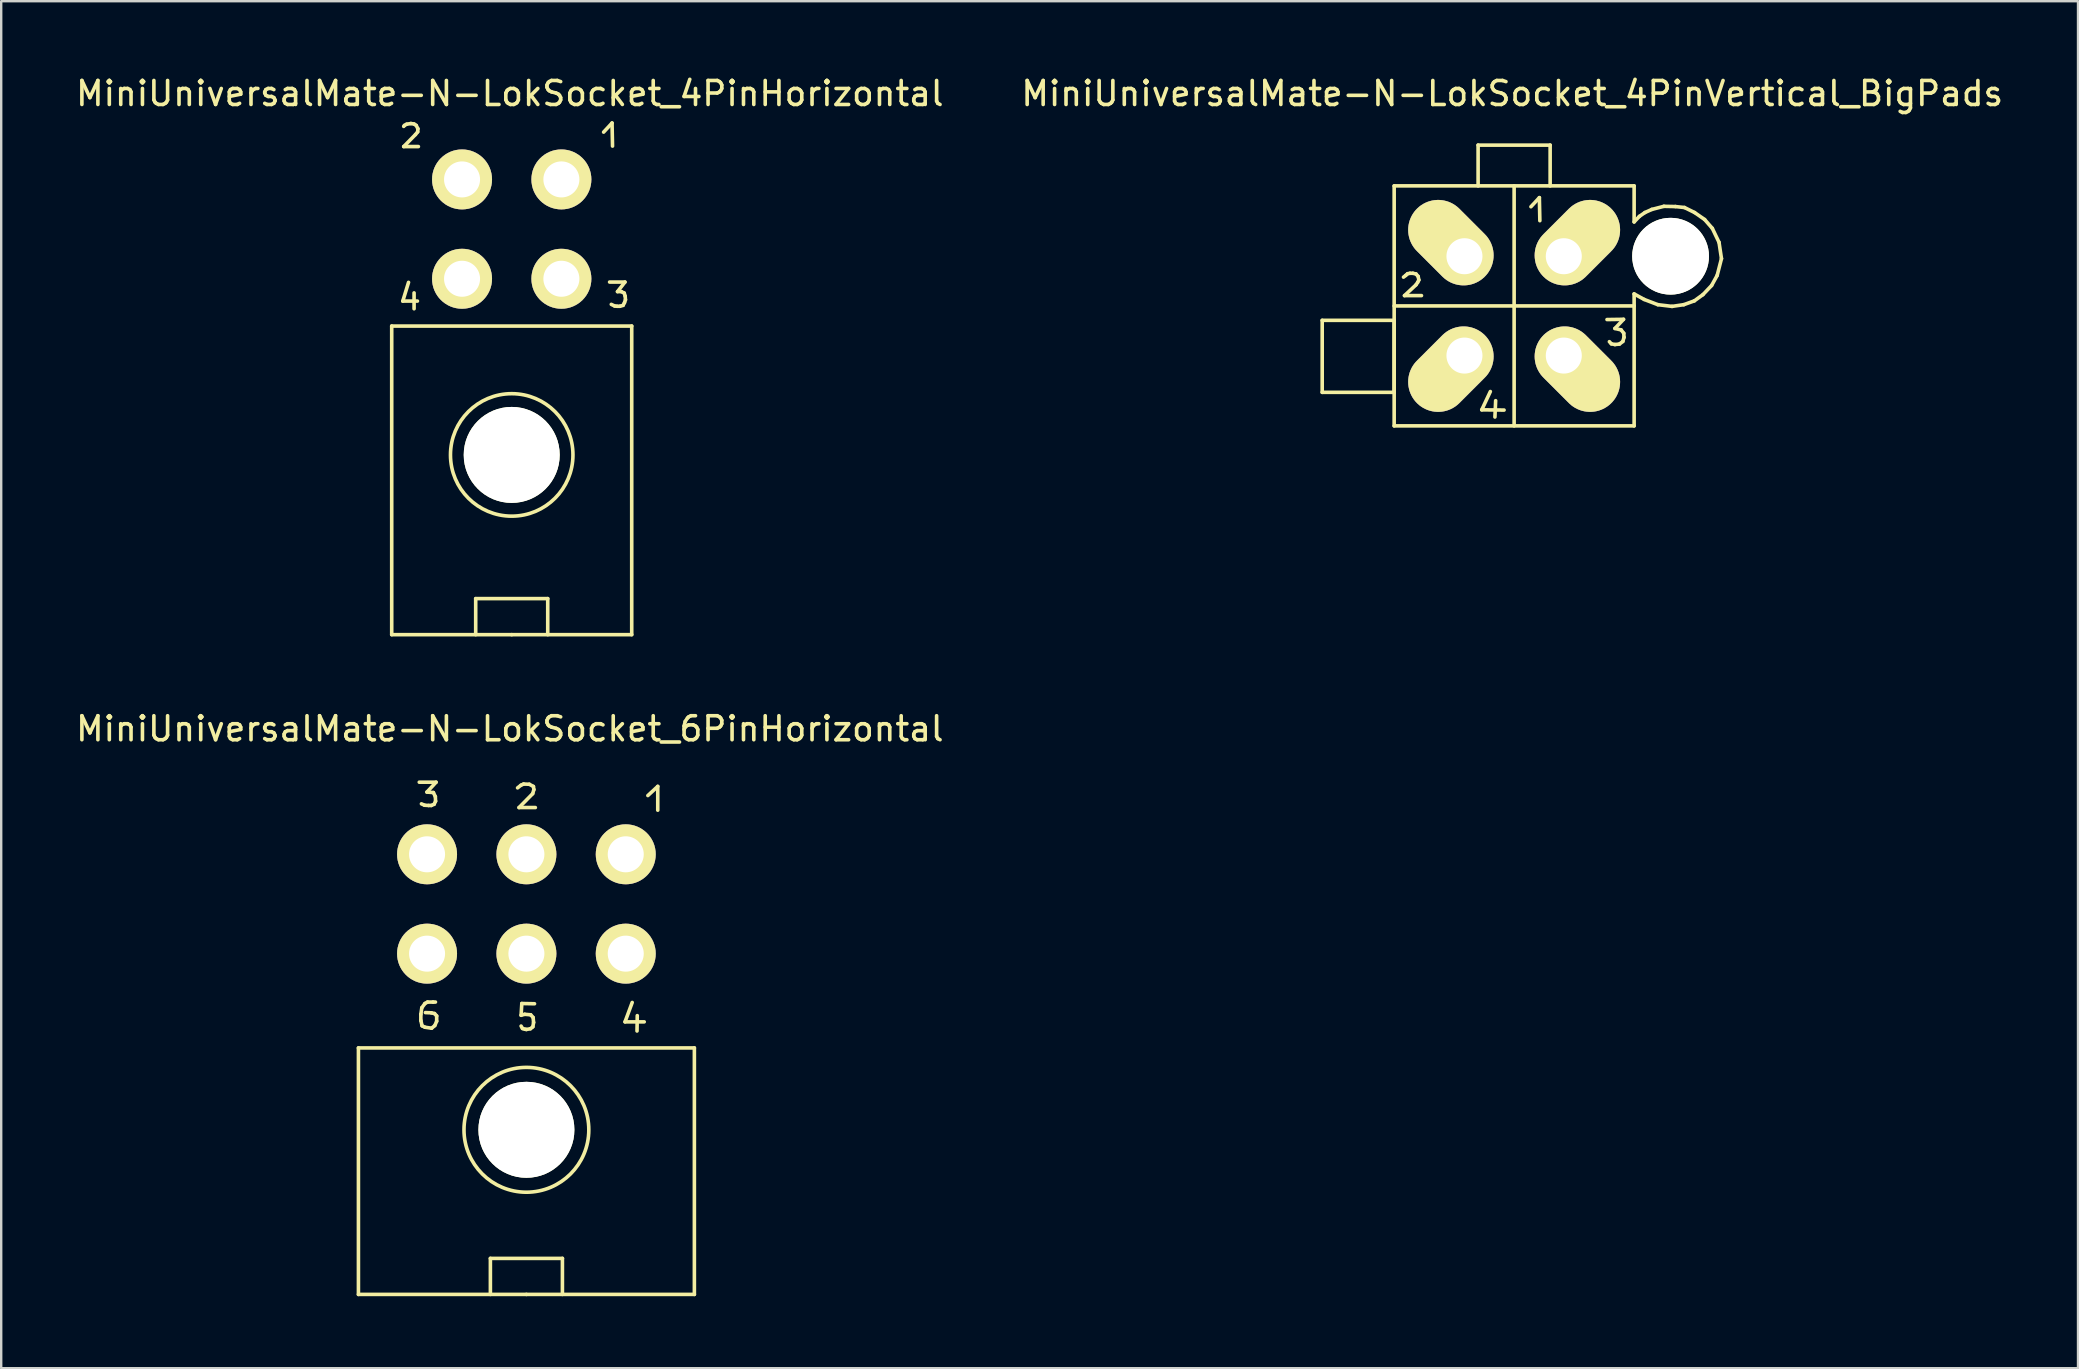
<source format=kicad_pcb>
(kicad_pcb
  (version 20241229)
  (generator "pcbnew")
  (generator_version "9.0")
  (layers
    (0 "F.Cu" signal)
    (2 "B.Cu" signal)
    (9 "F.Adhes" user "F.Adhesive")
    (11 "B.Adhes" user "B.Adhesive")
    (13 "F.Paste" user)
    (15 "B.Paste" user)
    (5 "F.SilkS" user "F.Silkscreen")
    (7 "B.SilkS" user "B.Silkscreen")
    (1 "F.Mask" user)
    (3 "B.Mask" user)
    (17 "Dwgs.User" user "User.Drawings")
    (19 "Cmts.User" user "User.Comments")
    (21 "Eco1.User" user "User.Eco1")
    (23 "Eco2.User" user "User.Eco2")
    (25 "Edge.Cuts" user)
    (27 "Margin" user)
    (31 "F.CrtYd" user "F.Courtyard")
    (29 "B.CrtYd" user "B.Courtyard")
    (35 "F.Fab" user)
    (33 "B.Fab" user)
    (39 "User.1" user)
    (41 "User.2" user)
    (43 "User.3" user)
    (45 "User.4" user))
  (footprint "MiniUniversalMate-N-LokSocket_6PinHorizontal"
    (layer "F.Cu")
    (at 18.887 34.622)
    (property "Reference" "MiniUniversalMate-N-LokSocket_6PinHorizontal" (at -0.691 -7.3 0) (layer "F.SilkS") (effects (font (size 1 1) (thickness 0.15))))
    (attr through_hole)
    (fp_line (start -7 5.999) (end 7 5.999) (stroke (width 0.15) (type solid)) (layer "F.SilkS"))
    (fp_line (start -7 16.271) (end -7 5.999) (stroke (width 0.15) (type solid)) (layer "F.SilkS"))
    (fp_line (start -4.465 -5.075) (end -3.764 -5.075) (stroke (width 0.15) (type solid)) (layer "F.SilkS"))
    (fp_line (start -4.399 4.597) (end -4.399 4.856) (stroke (width 0.15) (type solid)) (layer "F.SilkS"))
    (fp_line (start -4.399 4.856) (end -4.348 5.077) (stroke (width 0.15) (type solid)) (layer "F.SilkS"))
    (fp_line (start -4.359 4.326) (end -4.399 4.597) (stroke (width 0.15) (type solid)) (layer "F.SilkS"))
    (fp_line (start -4.348 5.077) (end -4.229 5.136) (stroke (width 0.15) (type solid)) (layer "F.SilkS"))
    (fp_line (start -4.244 -4.115) (end -4.374 -4.173) (stroke (width 0.15) (type solid)) (layer "F.SilkS"))
    (fp_line (start -4.229 4.148) (end -4.359 4.326) (stroke (width 0.15) (type solid)) (layer "F.SilkS"))
    (fp_line (start -4.229 5.136) (end -3.95 5.177) (stroke (width 0.15) (type solid)) (layer "F.SilkS"))
    (fp_line (start -4.145 -4.663) (end -3.876 -4.643) (stroke (width 0.15) (type solid)) (layer "F.SilkS"))
    (fp_line (start -4.12 4.087) (end -4.229 4.148) (stroke (width 0.15) (type solid)) (layer "F.SilkS"))
    (fp_line (start -4.074 -4.105) (end -4.244 -4.115) (stroke (width 0.15) (type solid)) (layer "F.SilkS"))
    (fp_line (start -3.965 -4.105) (end -4.074 -4.105) (stroke (width 0.15) (type solid)) (layer "F.SilkS"))
    (fp_line (start -3.96 4.536) (end -4.209 4.526) (stroke (width 0.15) (type solid)) (layer "F.SilkS"))
    (fp_line (start -3.95 5.177) (end -3.818 5.067) (stroke (width 0.15) (type solid)) (layer "F.SilkS"))
    (fp_line (start -3.889 4.087) (end -4.12 4.087) (stroke (width 0.15) (type solid)) (layer "F.SilkS"))
    (fp_line (start -3.876 -4.643) (end -3.795 -4.475) (stroke (width 0.15) (type solid)) (layer "F.SilkS"))
    (fp_line (start -3.846 -4.155) (end -3.965 -4.105) (stroke (width 0.15) (type solid)) (layer "F.SilkS"))
    (fp_line (start -3.828 4.567) (end -3.96 4.536) (stroke (width 0.15) (type solid)) (layer "F.SilkS"))
    (fp_line (start -3.818 5.067) (end -3.739 4.887) (stroke (width 0.15) (type solid)) (layer "F.SilkS"))
    (fp_line (start -3.795 -4.475) (end -3.785 -4.285) (stroke (width 0.15) (type solid)) (layer "F.SilkS"))
    (fp_line (start -3.79 4.087) (end -3.889 4.087) (stroke (width 0.15) (type solid)) (layer "F.SilkS"))
    (fp_line (start -3.785 -4.285) (end -3.846 -4.155) (stroke (width 0.15) (type solid)) (layer "F.SilkS"))
    (fp_line (start -3.764 -5.075) (end -4.145 -4.663) (stroke (width 0.15) (type solid)) (layer "F.SilkS"))
    (fp_line (start -3.739 4.666) (end -3.828 4.567) (stroke (width 0.15) (type solid)) (layer "F.SilkS"))
    (fp_line (start -3.739 4.887) (end -3.739 4.666) (stroke (width 0.15) (type solid)) (layer "F.SilkS"))
    (fp_line (start -1.501 14.77) (end -1.501 16.271) (stroke (width 0.15) (type solid)) (layer "F.SilkS"))
    (fp_line (start -0.368 -4.839) (end -0.229 -4.948) (stroke (width 0.15) (type solid)) (layer "F.SilkS"))
    (fp_line (start -0.307 -4.018) (end 0.373 -4.018) (stroke (width 0.15) (type solid)) (layer "F.SilkS"))
    (fp_line (start -0.229 -4.948) (end -0.117 -4.999) (stroke (width 0.15) (type solid)) (layer "F.SilkS"))
    (fp_line (start -0.221 4.638) (end -0.071 4.597) (stroke (width 0.15) (type solid)) (layer "F.SilkS"))
    (fp_line (start -0.191 4.148) (end -0.221 4.638) (stroke (width 0.15) (type solid)) (layer "F.SilkS"))
    (fp_line (start -0.163 5.189) (end -0.221 5.088) (stroke (width 0.15) (type solid)) (layer "F.SilkS"))
    (fp_line (start -0.117 -4.999) (end 0.122 -4.989) (stroke (width 0.15) (type solid)) (layer "F.SilkS"))
    (fp_line (start -0.071 4.597) (end 0.178 4.618) (stroke (width 0.15) (type solid)) (layer "F.SilkS"))
    (fp_line (start -0.061 5.22) (end -0.163 5.189) (stroke (width 0.15) (type solid)) (layer "F.SilkS"))
    (fp_line (start -0.003 5.23) (end -0.061 5.22) (stroke (width 0.15) (type solid)) (layer "F.SilkS"))
    (fp_line (start 0 16.271) (end -7 16.271) (stroke (width 0.15) (type solid)) (layer "F.SilkS"))
    (fp_line (start 0 16.271) (end 7 16.271) (stroke (width 0.15) (type solid)) (layer "F.SilkS"))
    (fp_line (start 0.122 -4.989) (end 0.292 -4.897) (stroke (width 0.15) (type solid)) (layer "F.SilkS"))
    (fp_line (start 0.168 5.199) (end -0.003 5.23) (stroke (width 0.15) (type solid)) (layer "F.SilkS"))
    (fp_line (start 0.178 4.618) (end 0.279 4.729) (stroke (width 0.15) (type solid)) (layer "F.SilkS"))
    (fp_line (start 0.262 -4.597) (end -0.307 -4.018) (stroke (width 0.15) (type solid)) (layer "F.SilkS"))
    (fp_line (start 0.269 5.118) (end 0.168 5.199) (stroke (width 0.15) (type solid)) (layer "F.SilkS"))
    (fp_line (start 0.279 4.729) (end 0.3 4.938) (stroke (width 0.15) (type solid)) (layer "F.SilkS"))
    (fp_line (start 0.292 -4.897) (end 0.312 -4.768) (stroke (width 0.15) (type solid)) (layer "F.SilkS"))
    (fp_line (start 0.3 4.938) (end 0.269 5.118) (stroke (width 0.15) (type solid)) (layer "F.SilkS"))
    (fp_line (start 0.312 -4.768) (end 0.262 -4.597) (stroke (width 0.15) (type solid)) (layer "F.SilkS"))
    (fp_line (start 0.338 4.158) (end -0.191 4.148) (stroke (width 0.15) (type solid)) (layer "F.SilkS"))
    (fp_line (start 1.501 14.77) (end -1.501 14.77) (stroke (width 0.15) (type solid)) (layer "F.SilkS"))
    (fp_line (start 1.501 16.271) (end 1.501 14.77) (stroke (width 0.15) (type solid)) (layer "F.SilkS"))
    (fp_line (start 4.11 4.912) (end 4.91 4.912) (stroke (width 0.15) (type solid)) (layer "F.SilkS"))
    (fp_line (start 4.409 4.105) (end 4.11 4.912) (stroke (width 0.15) (type solid)) (layer "F.SilkS"))
    (fp_line (start 4.61 5.293) (end 4.62 4.653) (stroke (width 0.15) (type solid)) (layer "F.SilkS"))
    (fp_line (start 5.062 -4.519) (end 5.474 -4.9) (stroke (width 0.15) (type solid)) (layer "F.SilkS"))
    (fp_line (start 5.474 -4.9) (end 5.474 -3.909) (stroke (width 0.15) (type solid)) (layer "F.SilkS"))
    (fp_line (start 7 5.999) (end 7 16.271) (stroke (width 0.15) (type solid)) (layer "F.SilkS"))
    (fp_circle (center 0 9.411) (end 2.601 9.401) (stroke (width 0.15) (type solid)) (fill no) (layer "F.SilkS"))
    (pad "" np_thru_hole circle (at 0 9.411) (size 4 4) (drill 4) (layers "*.Cu" "*.Mask" "F.SilkS"))
    (pad "1" thru_hole circle (at 4.14 -2.07) (size 2.499 2.499) (drill 1.501) (layers "*.Cu" "*.Mask" "F.SilkS"))
    (pad "2" thru_hole circle (at 0 -2.07) (size 2.499 2.499) (drill 1.501) (layers "*.Cu" "*.Mask" "F.SilkS"))
    (pad "3" thru_hole circle (at -4.14 -2.07) (size 2.499 2.499) (drill 1.501) (layers "*.Cu" "*.Mask" "F.SilkS"))
    (pad "4" thru_hole circle (at 4.14 2.07) (size 2.499 2.499) (drill 1.501) (layers "*.Cu" "*.Mask" "F.SilkS"))
    (pad "5" thru_hole circle (at 0 2.07) (size 2.499 2.499) (drill 1.501) (layers "*.Cu" "*.Mask" "F.SilkS"))
    (pad "6" thru_hole circle (at -4.14 2.07) (size 2.499 2.499) (drill 1.501) (layers "*.Cu" "*.Mask" "F.SilkS")))
  (footprint "MiniUniversalMate-N-LokSocket_4PinHorizontal"
    (layer "F.Cu")
    (at 18.275 6.497)
    (property "Reference" "MiniUniversalMate-N-LokSocket_4PinHorizontal" (at -0.079 -5.649 0) (layer "F.SilkS") (effects (font (size 1 1) (thickness 0.15))))
    (attr through_hole)
    (fp_line (start -5.001 4.041) (end 5.001 4.041) (stroke (width 0.15) (type solid)) (layer "F.SilkS"))
    (fp_line (start -5.001 16.901) (end -5.001 4.041) (stroke (width 0.15) (type solid)) (layer "F.SilkS"))
    (fp_line (start -4.539 3) (end -3.929 3) (stroke (width 0.15) (type solid)) (layer "F.SilkS"))
    (fp_line (start -4.501 -4.28) (end -4.47 -4.321) (stroke (width 0.15) (type solid)) (layer "F.SilkS"))
    (fp_line (start -4.501 -3.439) (end -3.889 -3.439) (stroke (width 0.15) (type solid)) (layer "F.SilkS"))
    (fp_line (start -4.47 -4.321) (end -4.379 -4.371) (stroke (width 0.15) (type solid)) (layer "F.SilkS"))
    (fp_line (start -4.379 -4.371) (end -4.201 -4.399) (stroke (width 0.15) (type solid)) (layer "F.SilkS"))
    (fp_line (start -4.3 2.22) (end -4.539 3) (stroke (width 0.15) (type solid)) (layer "F.SilkS"))
    (fp_line (start -4.201 -4.399) (end -4.069 -4.379) (stroke (width 0.15) (type solid)) (layer "F.SilkS"))
    (fp_line (start -4.069 -4.379) (end -3.98 -4.321) (stroke (width 0.15) (type solid)) (layer "F.SilkS"))
    (fp_line (start -4.069 2.659) (end -4.069 3.32) (stroke (width 0.15) (type solid)) (layer "F.SilkS"))
    (fp_line (start -4.011 -3.94) (end -4.501 -3.439) (stroke (width 0.15) (type solid)) (layer "F.SilkS"))
    (fp_line (start -3.98 -4.321) (end -3.909 -4.181) (stroke (width 0.15) (type solid)) (layer "F.SilkS"))
    (fp_line (start -3.919 -4.051) (end -4.011 -3.94) (stroke (width 0.15) (type solid)) (layer "F.SilkS"))
    (fp_line (start -3.909 -4.181) (end -3.919 -4.051) (stroke (width 0.15) (type solid)) (layer "F.SilkS"))
    (fp_line (start -1.501 15.4) (end -1.501 16.901) (stroke (width 0.15) (type solid)) (layer "F.SilkS"))
    (fp_line (start 0 16.901) (end -5.001 16.901) (stroke (width 0.15) (type solid)) (layer "F.SilkS"))
    (fp_line (start 0 16.901) (end 5.001 16.901) (stroke (width 0.15) (type solid)) (layer "F.SilkS"))
    (fp_line (start 1.501 15.4) (end -1.501 15.4) (stroke (width 0.15) (type solid)) (layer "F.SilkS"))
    (fp_line (start 1.501 16.901) (end 1.501 15.4) (stroke (width 0.15) (type solid)) (layer "F.SilkS"))
    (fp_line (start 3.83 -4.041) (end 4.181 -4.42) (stroke (width 0.15) (type solid)) (layer "F.SilkS"))
    (fp_line (start 4.079 2.207) (end 4.719 2.207) (stroke (width 0.15) (type solid)) (layer "F.SilkS"))
    (fp_line (start 4.181 -4.42) (end 4.201 -3.459) (stroke (width 0.15) (type solid)) (layer "F.SilkS"))
    (fp_line (start 4.29 3.205) (end 4.15 3.137) (stroke (width 0.15) (type solid)) (layer "F.SilkS"))
    (fp_line (start 4.389 3.216) (end 4.29 3.205) (stroke (width 0.15) (type solid)) (layer "F.SilkS"))
    (fp_line (start 4.409 2.606) (end 4.569 2.606) (stroke (width 0.15) (type solid)) (layer "F.SilkS"))
    (fp_line (start 4.508 3.216) (end 4.389 3.216) (stroke (width 0.15) (type solid)) (layer "F.SilkS"))
    (fp_line (start 4.569 2.606) (end 4.689 2.667) (stroke (width 0.15) (type solid)) (layer "F.SilkS"))
    (fp_line (start 4.641 3.178) (end 4.508 3.216) (stroke (width 0.15) (type solid)) (layer "F.SilkS"))
    (fp_line (start 4.689 2.667) (end 4.729 2.797) (stroke (width 0.15) (type solid)) (layer "F.SilkS"))
    (fp_line (start 4.699 3.066) (end 4.641 3.178) (stroke (width 0.15) (type solid)) (layer "F.SilkS"))
    (fp_line (start 4.719 2.207) (end 4.409 2.606) (stroke (width 0.15) (type solid)) (layer "F.SilkS"))
    (fp_line (start 4.729 2.797) (end 4.74 2.946) (stroke (width 0.15) (type solid)) (layer "F.SilkS"))
    (fp_line (start 4.74 2.946) (end 4.699 3.066) (stroke (width 0.15) (type solid)) (layer "F.SilkS"))
    (fp_line (start 5.001 4.041) (end 5.001 16.901) (stroke (width 0.15) (type solid)) (layer "F.SilkS"))
    (fp_circle (center 0 9.411) (end 2.141 10.8) (stroke (width 0.15) (type solid)) (fill no) (layer "F.SilkS"))
    (pad "" np_thru_hole circle (at 0 9.411 90) (size 4 4) (drill 4) (layers "*.Cu" "*.Mask" "F.SilkS"))
    (pad "1" thru_hole circle (at 2.07 -2.07 90) (size 2.499 2.499) (drill 1.501) (layers "*.Cu" "*.Mask" "F.SilkS"))
    (pad "2" thru_hole circle (at -2.07 -2.07 90) (size 2.499 2.499) (drill 1.501) (layers "*.Cu" "*.Mask" "F.SilkS"))
    (pad "3" thru_hole circle (at 2.07 2.07 90) (size 2.499 2.499) (drill 1.501) (layers "*.Cu" "*.Mask" "F.SilkS"))
    (pad "4" thru_hole circle (at -2.07 2.07 90) (size 2.499 2.499) (drill 1.501) (layers "*.Cu" "*.Mask" "F.SilkS")))
  (footprint "MiniUniversalMate-N-LokSocket_4PinVertical_BigPads"
    (layer "F.Cu")
    (at 60.049 9.698)
    (property "Reference" "MiniUniversalMate-N-LokSocket_4PinVertical_BigPads" (at -0.079 -8.849 0) (layer "F.SilkS") (effects (font (size 1 1) (thickness 0.15))))
    (attr through_hole)
    (fp_line (start -7.998 0.602) (end -4.999 0.602) (stroke (width 0.15) (type solid)) (layer "F.SilkS"))
    (fp_line (start -7.998 3.602) (end -7.998 0.602) (stroke (width 0.15) (type solid)) (layer "F.SilkS"))
    (fp_line (start -4.999 -5.001) (end -4.999 4.999) (stroke (width 0.15) (type solid)) (layer "F.SilkS"))
    (fp_line (start -4.999 0) (end 5.001 0) (stroke (width 0.15) (type solid)) (layer "F.SilkS"))
    (fp_line (start -4.999 0.602) (end -4.999 3.602) (stroke (width 0.15) (type solid)) (layer "F.SilkS"))
    (fp_line (start -4.999 3.602) (end -7.998 3.602) (stroke (width 0.15) (type solid)) (layer "F.SilkS"))
    (fp_line (start -4.999 4.999) (end 5.001 4.999) (stroke (width 0.15) (type solid)) (layer "F.SilkS"))
    (fp_line (start -4.61 -1.199) (end -4.519 -1.27) (stroke (width 0.15) (type solid)) (layer "F.SilkS"))
    (fp_line (start -4.569 -0.429) (end -3.861 -0.429) (stroke (width 0.15) (type solid)) (layer "F.SilkS"))
    (fp_line (start -4.519 -1.27) (end -4.44 -1.341) (stroke (width 0.15) (type solid)) (layer "F.SilkS"))
    (fp_line (start -4.44 -1.341) (end -4.341 -1.359) (stroke (width 0.15) (type solid)) (layer "F.SilkS"))
    (fp_line (start -4.341 -1.359) (end -4.219 -1.359) (stroke (width 0.15) (type solid)) (layer "F.SilkS"))
    (fp_line (start -4.219 -1.359) (end -4.089 -1.331) (stroke (width 0.15) (type solid)) (layer "F.SilkS"))
    (fp_line (start -4.089 -1.331) (end -4 -1.229) (stroke (width 0.15) (type solid)) (layer "F.SilkS"))
    (fp_line (start -4.089 -0.879) (end -4.569 -0.429) (stroke (width 0.15) (type solid)) (layer "F.SilkS"))
    (fp_line (start -4.021 -0.98) (end -4.089 -0.879) (stroke (width 0.15) (type solid)) (layer "F.SilkS"))
    (fp_line (start -4 -1.229) (end -3.97 -1.079) (stroke (width 0.15) (type solid)) (layer "F.SilkS"))
    (fp_line (start -3.97 -1.079) (end -4.021 -0.98) (stroke (width 0.15) (type solid)) (layer "F.SilkS"))
    (fp_line (start -1.501 -6.701) (end -1.501 -5.001) (stroke (width 0.15) (type solid)) (layer "F.SilkS"))
    (fp_line (start -1.349 4.331) (end -0.419 4.341) (stroke (width 0.15) (type solid)) (layer "F.SilkS"))
    (fp_line (start -0.991 3.569) (end -1.349 4.331) (stroke (width 0.15) (type solid)) (layer "F.SilkS"))
    (fp_line (start -0.77 3.95) (end -0.8 4.63) (stroke (width 0.15) (type solid)) (layer "F.SilkS"))
    (fp_line (start 0 -5.001) (end 0 4.999) (stroke (width 0.15) (type solid)) (layer "F.SilkS"))
    (fp_line (start 0.701 -4.133) (end 1.052 -4.511) (stroke (width 0.15) (type solid)) (layer "F.SilkS"))
    (fp_line (start 1.052 -4.511) (end 1.072 -3.551) (stroke (width 0.15) (type solid)) (layer "F.SilkS"))
    (fp_line (start 1.501 -6.701) (end -1.501 -6.701) (stroke (width 0.15) (type solid)) (layer "F.SilkS"))
    (fp_line (start 1.501 -5.001) (end 1.501 -6.701) (stroke (width 0.15) (type solid)) (layer "F.SilkS"))
    (fp_line (start 3.871 0.569) (end 4.559 0.559) (stroke (width 0.15) (type solid)) (layer "F.SilkS"))
    (fp_line (start 4.051 1.58) (end 3.97 1.491) (stroke (width 0.15) (type solid)) (layer "F.SilkS"))
    (fp_line (start 4.201 0.94) (end 4.46 1.001) (stroke (width 0.15) (type solid)) (layer "F.SilkS"))
    (fp_line (start 4.201 1.61) (end 4.051 1.58) (stroke (width 0.15) (type solid)) (layer "F.SilkS"))
    (fp_line (start 4.389 1.59) (end 4.201 1.61) (stroke (width 0.15) (type solid)) (layer "F.SilkS"))
    (fp_line (start 4.46 1.001) (end 4.569 1.14) (stroke (width 0.15) (type solid)) (layer "F.SilkS"))
    (fp_line (start 4.531 1.481) (end 4.389 1.59) (stroke (width 0.15) (type solid)) (layer "F.SilkS"))
    (fp_line (start 4.559 0.559) (end 4.201 0.94) (stroke (width 0.15) (type solid)) (layer "F.SilkS"))
    (fp_line (start 4.569 1.14) (end 4.58 1.311) (stroke (width 0.15) (type solid)) (layer "F.SilkS"))
    (fp_line (start 4.58 1.311) (end 4.531 1.481) (stroke (width 0.15) (type solid)) (layer "F.SilkS"))
    (fp_line (start 5.001 -5.001) (end -4.999 -5.001) (stroke (width 0.15) (type solid)) (layer "F.SilkS"))
    (fp_line (start 5.001 -5.001) (end 5.001 -3.5) (stroke (width 0.15) (type solid)) (layer "F.SilkS"))
    (fp_line (start 5.001 -3.5) (end 5.22 -3.731) (stroke (width 0.15) (type solid)) (layer "F.SilkS"))
    (fp_line (start 5.001 4.999) (end 5.001 -0.5) (stroke (width 0.15) (type solid)) (layer "F.SilkS"))
    (fp_line (start 5.22 -3.731) (end 5.451 -3.891) (stroke (width 0.15) (type solid)) (layer "F.SilkS"))
    (fp_line (start 5.42 -0.269) (end 5.001 -0.5) (stroke (width 0.15) (type solid)) (layer "F.SilkS"))
    (fp_line (start 5.451 -3.891) (end 5.74 -4.021) (stroke (width 0.15) (type solid)) (layer "F.SilkS"))
    (fp_line (start 5.74 -4.021) (end 6.241 -4.15) (stroke (width 0.15) (type solid)) (layer "F.SilkS"))
    (fp_line (start 5.989 -0.051) (end 5.42 -0.269) (stroke (width 0.15) (type solid)) (layer "F.SilkS"))
    (fp_line (start 6.241 -4.15) (end 6.721 -4.14) (stroke (width 0.15) (type solid)) (layer "F.SilkS"))
    (fp_line (start 6.581 0.02) (end 5.989 -0.051) (stroke (width 0.15) (type solid)) (layer "F.SilkS"))
    (fp_line (start 6.721 -4.14) (end 7.099 -4.1) (stroke (width 0.15) (type solid)) (layer "F.SilkS"))
    (fp_line (start 7.071 -0.051) (end 6.581 0.02) (stroke (width 0.15) (type solid)) (layer "F.SilkS"))
    (fp_line (start 7.099 -4.1) (end 7.521 -3.891) (stroke (width 0.15) (type solid)) (layer "F.SilkS"))
    (fp_line (start 7.511 -0.211) (end 7.071 -0.051) (stroke (width 0.15) (type solid)) (layer "F.SilkS"))
    (fp_line (start 7.521 -3.891) (end 7.94 -3.599) (stroke (width 0.15) (type solid)) (layer "F.SilkS"))
    (fp_line (start 7.869 -0.47) (end 7.511 -0.211) (stroke (width 0.15) (type solid)) (layer "F.SilkS"))
    (fp_line (start 7.94 -3.599) (end 8.26 -3.231) (stroke (width 0.15) (type solid)) (layer "F.SilkS"))
    (fp_line (start 8.23 -0.851) (end 7.869 -0.47) (stroke (width 0.15) (type solid)) (layer "F.SilkS"))
    (fp_line (start 8.26 -3.231) (end 8.539 -2.649) (stroke (width 0.15) (type solid)) (layer "F.SilkS"))
    (fp_line (start 8.461 -1.27) (end 8.23 -0.851) (stroke (width 0.15) (type solid)) (layer "F.SilkS"))
    (fp_line (start 8.539 -2.649) (end 8.641 -1.971) (stroke (width 0.15) (type solid)) (layer "F.SilkS"))
    (fp_line (start 8.641 -1.971) (end 8.461 -1.27) (stroke (width 0.15) (type solid)) (layer "F.SilkS"))
    (pad "" np_thru_hole circle (at 6.52 -2.07 90) (size 3.2 3.2) (drill 3.2) (layers "*.Cu" "*.Mask" "F.SilkS"))
    (pad "1" thru_hole oval (at 2.07 -2.07 45) (size 4 2.499) (drill 1.501 (offset 0.8 0)) (layers "*.Cu" "*.Mask" "F.SilkS"))
    (pad "2" thru_hole oval (at -2.07 -2.07 315) (size 4 2.499) (drill 1.501 (offset -0.8 0)) (layers "*.Cu" "*.Mask" "F.SilkS"))
    (pad "3" thru_hole oval (at 2.07 2.07 315) (size 4 2.499) (drill 1.501 (offset 0.8 0)) (layers "*.Cu" "*.Mask" "F.SilkS"))
    (pad "4" thru_hole oval (at -2.07 2.07 45) (size 4 2.499) (drill 1.501 (offset -0.8 0)) (layers "*.Cu" "*.Mask" "F.SilkS")))
  (gr_rect
    (start -3 -3)
    (end 83.548 53.968)
    (stroke (width 0.1) (type default))
    (fill no)
    (layer "Edge.Cuts")))
</source>
